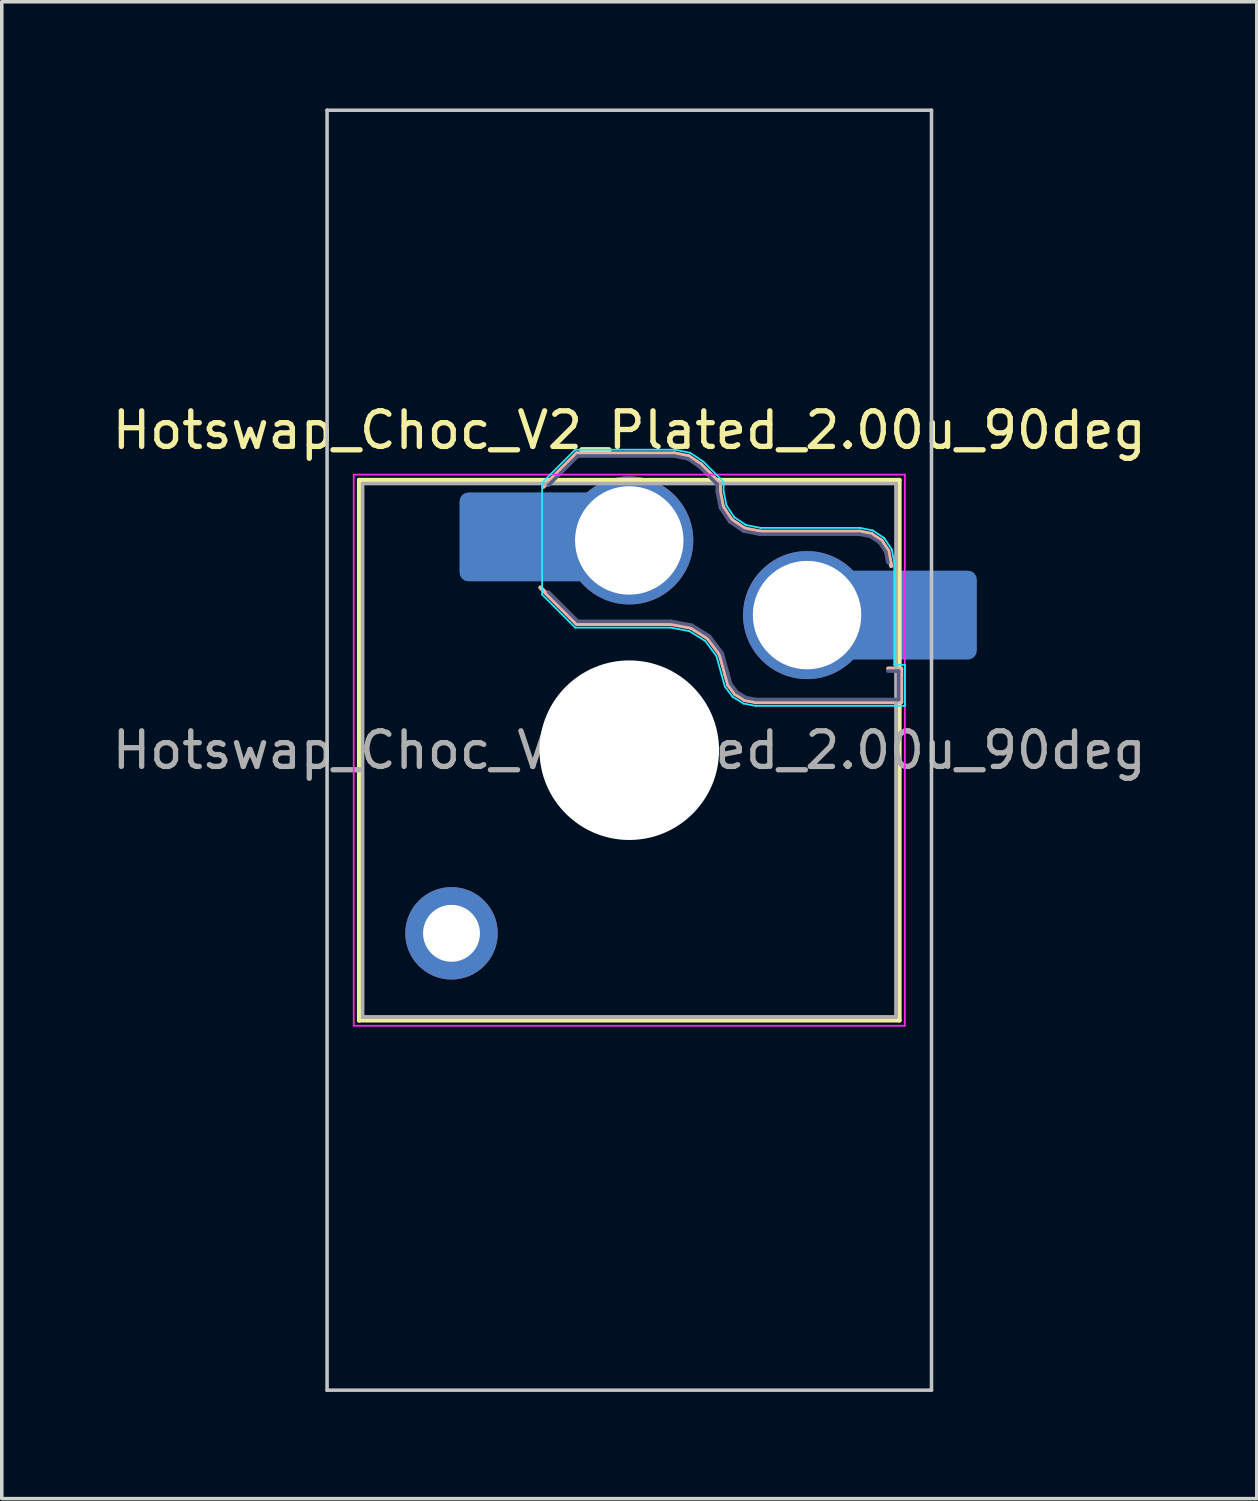
<source format=kicad_pcb>
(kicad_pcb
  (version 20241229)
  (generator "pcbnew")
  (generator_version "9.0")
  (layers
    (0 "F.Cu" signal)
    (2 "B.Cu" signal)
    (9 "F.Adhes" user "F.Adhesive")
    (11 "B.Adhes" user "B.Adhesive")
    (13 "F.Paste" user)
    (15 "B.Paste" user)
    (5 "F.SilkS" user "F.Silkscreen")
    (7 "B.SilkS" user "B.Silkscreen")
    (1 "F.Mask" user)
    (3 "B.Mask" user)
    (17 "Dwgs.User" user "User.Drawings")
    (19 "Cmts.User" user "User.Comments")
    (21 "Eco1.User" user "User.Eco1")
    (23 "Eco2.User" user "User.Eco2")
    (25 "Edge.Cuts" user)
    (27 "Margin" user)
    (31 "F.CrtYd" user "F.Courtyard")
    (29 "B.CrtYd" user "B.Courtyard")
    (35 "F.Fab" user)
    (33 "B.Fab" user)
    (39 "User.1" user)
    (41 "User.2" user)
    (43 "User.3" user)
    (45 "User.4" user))
  (footprint "Hotswap_Choc_V2_Plated_2.00u_90deg"
    (layer "F.Cu")
    (at 14.649 18.05)
    (property "Reference" "Hotswap_Choc_V2_Plated_2.00u_90deg" (at 0 -9 0) (layer "F.SilkS") (effects (font (size 1 1) (thickness 0.15))))
    (attr smd allow_soldermask_bridges)
    (fp_line (start -7.6 -7.6) (end -7.6 7.6) (stroke (width 0.12) (type solid)) (layer "F.SilkS"))
    (fp_line (start -7.6 7.6) (end 7.6 7.6) (stroke (width 0.12) (type solid)) (layer "F.SilkS"))
    (fp_line (start 7.6 -7.6) (end -7.6 -7.6) (stroke (width 0.12) (type solid)) (layer "F.SilkS"))
    (fp_line (start 7.6 7.6) (end 7.6 -7.6) (stroke (width 0.12) (type solid)) (layer "F.SilkS"))
    (fp_line (start -2.416 -7.409) (end -1.479 -8.346) (stroke (width 0.12) (type solid)) (layer "B.SilkS"))
    (fp_line (start -1.479 -8.346) (end 1.268 -8.346) (stroke (width 0.12) (type solid)) (layer "B.SilkS"))
    (fp_line (start -1.479 -3.554) (end -2.5 -4.575) (stroke (width 0.12) (type solid)) (layer "B.SilkS"))
    (fp_line (start 1.168 -3.554) (end -1.479 -3.554) (stroke (width 0.12) (type solid)) (layer "B.SilkS"))
    (fp_line (start 1.268 -8.346) (end 1.671 -8.266) (stroke (width 0.12) (type solid)) (layer "B.SilkS"))
    (fp_line (start 1.671 -8.266) (end 2.013 -8.037) (stroke (width 0.12) (type solid)) (layer "B.SilkS"))
    (fp_line (start 1.73 -3.449) (end 1.168 -3.554) (stroke (width 0.12) (type solid)) (layer "B.SilkS"))
    (fp_line (start 2.013 -8.037) (end 2.546 -7.504) (stroke (width 0.12) (type solid)) (layer "B.SilkS"))
    (fp_line (start 2.209 -3.15) (end 1.73 -3.449) (stroke (width 0.12) (type solid)) (layer "B.SilkS"))
    (fp_line (start 2.546 -7.504) (end 2.546 -7.282) (stroke (width 0.12) (type solid)) (layer "B.SilkS"))
    (fp_line (start 2.546 -7.282) (end 2.633 -6.844) (stroke (width 0.12) (type solid)) (layer "B.SilkS"))
    (fp_line (start 2.547 -2.697) (end 2.209 -3.15) (stroke (width 0.12) (type solid)) (layer "B.SilkS"))
    (fp_line (start 2.633 -6.844) (end 2.877 -6.477) (stroke (width 0.12) (type solid)) (layer "B.SilkS"))
    (fp_line (start 2.701 -2.139) (end 2.547 -2.697) (stroke (width 0.12) (type solid)) (layer "B.SilkS"))
    (fp_line (start 2.783 -1.841) (end 2.701 -2.139) (stroke (width 0.12) (type solid)) (layer "B.SilkS"))
    (fp_line (start 2.877 -6.477) (end 3.244 -6.233) (stroke (width 0.12) (type solid)) (layer "B.SilkS"))
    (fp_line (start 2.976 -1.583) (end 2.783 -1.841) (stroke (width 0.12) (type solid)) (layer "B.SilkS"))
    (fp_line (start 3.244 -6.233) (end 3.682 -6.146) (stroke (width 0.12) (type solid)) (layer "B.SilkS"))
    (fp_line (start 3.25 -1.413) (end 2.976 -1.583) (stroke (width 0.12) (type solid)) (layer "B.SilkS"))
    (fp_line (start 3.56 -1.354) (end 3.25 -1.413) (stroke (width 0.12) (type solid)) (layer "B.SilkS"))
    (fp_line (start 3.682 -6.146) (end 6.482 -6.146) (stroke (width 0.12) (type solid)) (layer "B.SilkS"))
    (fp_line (start 6.482 -6.146) (end 6.809 -6.081) (stroke (width 0.12) (type solid)) (layer "B.SilkS"))
    (fp_line (start 6.809 -6.081) (end 7.092 -5.892) (stroke (width 0.12) (type solid)) (layer "B.SilkS"))
    (fp_line (start 7.092 -5.892) (end 7.281 -5.609) (stroke (width 0.12) (type solid)) (layer "B.SilkS"))
    (fp_line (start 7.281 -5.609) (end 7.366 -5.182) (stroke (width 0.12) (type solid)) (layer "B.SilkS"))
    (fp_line (start 7.283 -2.296) (end 7.646 -2.296) (stroke (width 0.12) (type solid)) (layer "B.SilkS"))
    (fp_line (start 7.646 -2.296) (end 7.646 -1.354) (stroke (width 0.12) (type solid)) (layer "B.SilkS"))
    (fp_line (start 7.646 -1.354) (end 3.56 -1.354) (stroke (width 0.12) (type solid)) (layer "B.SilkS"))
    (fp_line (start -8.5 -18) (end 8.5 -18) (stroke (width 0.1) (type solid)) (layer "Dwgs.User"))
    (fp_line (start -8.5 18) (end -8.5 -18) (stroke (width 0.1) (type solid)) (layer "Dwgs.User"))
    (fp_line (start 8.5 -18) (end 8.5 18) (stroke (width 0.1) (type solid)) (layer "Dwgs.User"))
    (fp_line (start 8.5 18) (end -8.5 18) (stroke (width 0.1) (type solid)) (layer "Dwgs.User"))
    (fp_line (start -7.25 -7.25) (end -7.25 7.25) (stroke (width 0.1) (type solid)) (layer "Eco1.User"))
    (fp_line (start -7.25 7.25) (end 7.25 7.25) (stroke (width 0.1) (type solid)) (layer "Eco1.User"))
    (fp_line (start 7.25 -7.25) (end -7.25 -7.25) (stroke (width 0.1) (type solid)) (layer "Eco1.User"))
    (fp_line (start 7.25 7.25) (end 7.25 -7.25) (stroke (width 0.1) (type solid)) (layer "Eco1.User"))
    (fp_line (start -2.452 -7.523) (end -1.523 -8.452) (stroke (width 0.05) (type solid)) (layer "B.CrtYd"))
    (fp_line (start -2.452 -4.377) (end -2.452 -7.523) (stroke (width 0.05) (type solid)) (layer "B.CrtYd"))
    (fp_line (start -1.523 -8.452) (end 1.278 -8.452) (stroke (width 0.05) (type solid)) (layer "B.CrtYd"))
    (fp_line (start -1.523 -3.448) (end -2.452 -4.377) (stroke (width 0.05) (type solid)) (layer "B.CrtYd"))
    (fp_line (start 1.159 -3.448) (end -1.523 -3.448) (stroke (width 0.05) (type solid)) (layer "B.CrtYd"))
    (fp_line (start 1.278 -8.452) (end 1.712 -8.366) (stroke (width 0.05) (type solid)) (layer "B.CrtYd"))
    (fp_line (start 1.691 -3.348) (end 1.159 -3.448) (stroke (width 0.05) (type solid)) (layer "B.CrtYd"))
    (fp_line (start 1.712 -8.366) (end 2.081 -8.119) (stroke (width 0.05) (type solid)) (layer "B.CrtYd"))
    (fp_line (start 2.081 -8.119) (end 2.652 -7.548) (stroke (width 0.05) (type solid)) (layer "B.CrtYd"))
    (fp_line (start 2.136 -3.071) (end 1.691 -3.348) (stroke (width 0.05) (type solid)) (layer "B.CrtYd"))
    (fp_line (start 2.45 -2.65) (end 2.136 -3.071) (stroke (width 0.05) (type solid)) (layer "B.CrtYd"))
    (fp_line (start 2.599 -2.111) (end 2.45 -2.65) (stroke (width 0.05) (type solid)) (layer "B.CrtYd"))
    (fp_line (start 2.652 -7.548) (end 2.652 -7.292) (stroke (width 0.05) (type solid)) (layer "B.CrtYd"))
    (fp_line (start 2.652 -7.292) (end 2.733 -6.885) (stroke (width 0.05) (type solid)) (layer "B.CrtYd"))
    (fp_line (start 2.687 -1.794) (end 2.599 -2.111) (stroke (width 0.05) (type solid)) (layer "B.CrtYd"))
    (fp_line (start 2.733 -6.885) (end 2.953 -6.553) (stroke (width 0.05) (type solid)) (layer "B.CrtYd"))
    (fp_line (start 2.903 -1.503) (end 2.687 -1.794) (stroke (width 0.05) (type solid)) (layer "B.CrtYd"))
    (fp_line (start 2.953 -6.553) (end 3.285 -6.333) (stroke (width 0.05) (type solid)) (layer "B.CrtYd"))
    (fp_line (start 3.211 -1.312) (end 2.903 -1.503) (stroke (width 0.05) (type solid)) (layer "B.CrtYd"))
    (fp_line (start 3.285 -6.333) (end 3.692 -6.252) (stroke (width 0.05) (type solid)) (layer "B.CrtYd"))
    (fp_line (start 3.55 -1.248) (end 3.211 -1.312) (stroke (width 0.05) (type solid)) (layer "B.CrtYd"))
    (fp_line (start 3.692 -6.252) (end 6.492 -6.252) (stroke (width 0.05) (type solid)) (layer "B.CrtYd"))
    (fp_line (start 6.492 -6.252) (end 6.85 -6.181) (stroke (width 0.05) (type solid)) (layer "B.CrtYd"))
    (fp_line (start 6.85 -6.181) (end 7.168 -5.968) (stroke (width 0.05) (type solid)) (layer "B.CrtYd"))
    (fp_line (start 7.168 -5.968) (end 7.381 -5.65) (stroke (width 0.05) (type solid)) (layer "B.CrtYd"))
    (fp_line (start 7.381 -5.65) (end 7.452 -5.292) (stroke (width 0.05) (type solid)) (layer "B.CrtYd"))
    (fp_line (start 7.452 -5.292) (end 7.452 -2.402) (stroke (width 0.05) (type solid)) (layer "B.CrtYd"))
    (fp_line (start 7.452 -2.402) (end 7.752 -2.402) (stroke (width 0.05) (type solid)) (layer "B.CrtYd"))
    (fp_line (start 7.752 -2.402) (end 7.752 -1.248) (stroke (width 0.05) (type solid)) (layer "B.CrtYd"))
    (fp_line (start 7.752 -1.248) (end 3.55 -1.248) (stroke (width 0.05) (type solid)) (layer "B.CrtYd"))
    (fp_line (start -7.75 -7.75) (end -7.75 7.75) (stroke (width 0.05) (type solid)) (layer "F.CrtYd"))
    (fp_line (start -7.75 7.75) (end 7.75 7.75) (stroke (width 0.05) (type solid)) (layer "F.CrtYd"))
    (fp_line (start 7.75 -7.75) (end -7.75 -7.75) (stroke (width 0.05) (type solid)) (layer "F.CrtYd"))
    (fp_line (start 7.75 7.75) (end 7.75 -7.75) (stroke (width 0.05) (type solid)) (layer "F.CrtYd"))
    (fp_line (start -2.275 -7.45) (end -1.45 -8.275) (stroke (width 0.1) (type solid)) (layer "B.Fab"))
    (fp_line (start -1.45 -8.275) (end 1.261 -8.275) (stroke (width 0.1) (type solid)) (layer "B.Fab"))
    (fp_line (start -1.45 -3.625) (end -2.275 -4.45) (stroke (width 0.1) (type solid)) (layer "B.Fab"))
    (fp_line (start 1.175 -3.625) (end -1.45 -3.625) (stroke (width 0.1) (type solid)) (layer "B.Fab"))
    (fp_line (start 1.261 -8.275) (end 1.643 -8.199) (stroke (width 0.1) (type solid)) (layer "B.Fab"))
    (fp_line (start 1.643 -8.199) (end 1.968 -7.982) (stroke (width 0.1) (type solid)) (layer "B.Fab"))
    (fp_line (start 1.756 -3.516) (end 1.175 -3.625) (stroke (width 0.1) (type solid)) (layer "B.Fab"))
    (fp_line (start 1.968 -7.982) (end 2.475 -7.475) (stroke (width 0.1) (type solid)) (layer "B.Fab"))
    (fp_line (start 2.258 -3.203) (end 1.756 -3.516) (stroke (width 0.1) (type solid)) (layer "B.Fab"))
    (fp_line (start 2.475 -7.475) (end 2.475 -7.275) (stroke (width 0.1) (type solid)) (layer "B.Fab"))
    (fp_line (start 2.475 -7.275) (end 2.566 -6.816) (stroke (width 0.1) (type solid)) (layer "B.Fab"))
    (fp_line (start 2.566 -6.816) (end 2.826 -6.426) (stroke (width 0.1) (type solid)) (layer "B.Fab"))
    (fp_line (start 2.612 -2.729) (end 2.258 -3.203) (stroke (width 0.1) (type solid)) (layer "B.Fab"))
    (fp_line (start 2.769 -2.158) (end 2.612 -2.729) (stroke (width 0.1) (type solid)) (layer "B.Fab"))
    (fp_line (start 2.826 -6.426) (end 3.216 -6.166) (stroke (width 0.1) (type solid)) (layer "B.Fab"))
    (fp_line (start 2.848 -1.873) (end 2.769 -2.158) (stroke (width 0.1) (type solid)) (layer "B.Fab"))
    (fp_line (start 3.025 -1.636) (end 2.848 -1.873) (stroke (width 0.1) (type solid)) (layer "B.Fab"))
    (fp_line (start 3.216 -6.166) (end 3.675 -6.075) (stroke (width 0.1) (type solid)) (layer "B.Fab"))
    (fp_line (start 3.276 -1.48) (end 3.025 -1.636) (stroke (width 0.1) (type solid)) (layer "B.Fab"))
    (fp_line (start 3.567 -1.425) (end 3.276 -1.48) (stroke (width 0.1) (type solid)) (layer "B.Fab"))
    (fp_line (start 3.675 -6.075) (end 6.475 -6.075) (stroke (width 0.1) (type solid)) (layer "B.Fab"))
    (fp_line (start 6.475 -6.075) (end 6.781 -6.014) (stroke (width 0.1) (type solid)) (layer "B.Fab"))
    (fp_line (start 6.781 -6.014) (end 7.041 -5.841) (stroke (width 0.1) (type solid)) (layer "B.Fab"))
    (fp_line (start 7.041 -5.841) (end 7.214 -5.581) (stroke (width 0.1) (type solid)) (layer "B.Fab"))
    (fp_line (start 7.214 -5.581) (end 7.275 -5.275) (stroke (width 0.1) (type solid)) (layer "B.Fab"))
    (fp_line (start 7.275 -2.225) (end 7.575 -2.225) (stroke (width 0.1) (type solid)) (layer "B.Fab"))
    (fp_line (start 7.575 -2.225) (end 7.575 -1.425) (stroke (width 0.1) (type solid)) (layer "B.Fab"))
    (fp_line (start 7.575 -1.425) (end 3.567 -1.425) (stroke (width 0.1) (type solid)) (layer "B.Fab"))
    (fp_line (start -7.5 -7.5) (end -7.5 7.5) (stroke (width 0.1) (type solid)) (layer "F.Fab"))
    (fp_line (start -7.5 7.5) (end 7.5 7.5) (stroke (width 0.1) (type solid)) (layer "F.Fab"))
    (fp_line (start 7.5 -7.5) (end -7.5 -7.5) (stroke (width 0.1) (type solid)) (layer "F.Fab"))
    (fp_line (start 7.5 7.5) (end 7.5 -7.5) (stroke (width 0.1) (type solid)) (layer "F.Fab"))
    (fp_text user "${REFERENCE}" (at 0 0 0) (layer "F.Fab") (effects (font (size 1 1) (thickness 0.15))))
    (pad "" thru_hole circle (at -5 5.15) (size 2.6 2.6) (drill 1.6) (layers "*.Cu" "*.Mask"))
    (pad "" smd roundrect (at -3.5 -6) (size 2.55 2.5) (layers "B.Mask" "B.Paste") (roundrect_rratio 0.1))
    (pad "" np_thru_hole circle (at 0 0) (size 5.05 5.05) (drill 5.05) (layers "*.Cu" "*.Mask"))
    (pad "" smd roundrect (at 8.5 -3.8) (size 2.55 2.5) (layers "B.Mask" "B.Paste") (roundrect_rratio 0.1))
    (pad "1" smd roundrect (at -2.85 -6) (size 3.85 2.5) (layers "B.Cu") (roundrect_rratio 0.1))
    (pad "1" thru_hole circle (at 0 -5.9) (size 3.6 3.6) (drill 3.05) (layers "*.Cu" "*.Mask"))
    (pad "2" thru_hole circle (at 5 -3.8) (size 3.6 3.6) (drill 3.05) (layers "*.Cu" "*.Mask"))
    (pad "2" smd roundrect (at 7.85 -3.8) (size 3.85 2.5) (layers "B.Cu") (roundrect_rratio 0.1)))
  (gr_rect
    (start -3 -3)
    (end 32.298 39.1)
    (stroke (width 0.1) (type default))
    (fill no)
    (layer "Edge.Cuts")))
</source>
